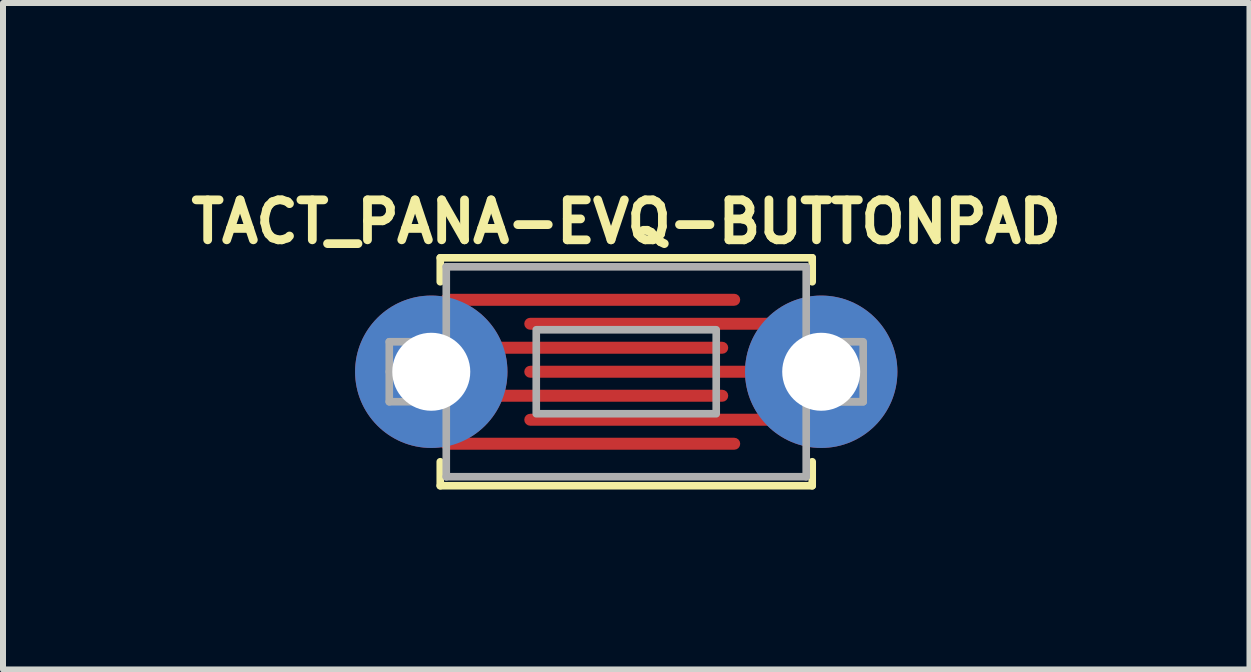
<source format=kicad_pcb>
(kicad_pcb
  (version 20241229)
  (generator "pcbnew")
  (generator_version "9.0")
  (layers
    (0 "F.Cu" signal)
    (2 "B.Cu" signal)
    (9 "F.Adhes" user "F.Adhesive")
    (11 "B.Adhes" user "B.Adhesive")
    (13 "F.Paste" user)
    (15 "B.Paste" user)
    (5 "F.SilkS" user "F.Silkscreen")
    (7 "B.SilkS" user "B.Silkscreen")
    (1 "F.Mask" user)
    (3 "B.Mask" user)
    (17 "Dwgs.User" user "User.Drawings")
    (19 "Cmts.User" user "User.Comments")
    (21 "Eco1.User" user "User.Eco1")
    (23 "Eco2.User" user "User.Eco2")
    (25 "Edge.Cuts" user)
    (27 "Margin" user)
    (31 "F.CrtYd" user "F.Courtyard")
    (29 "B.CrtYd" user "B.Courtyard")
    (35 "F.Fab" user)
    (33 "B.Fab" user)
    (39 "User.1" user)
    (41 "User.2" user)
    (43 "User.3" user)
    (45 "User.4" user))
  (footprint "TACT_PANA-EVQ-BUTTONPAD"
    (layer "F.Cu")
    (at 7.389 3.147)
    (property "Reference" "TACT_PANA-EVQ-BUTTONPAD" (at 0 -2.5 0) (layer "F.SilkS") (effects (font (size 0.666 0.666) (thickness 0.146))))
    (fp_rect (start -3 -1.75) (end 3 1.75) (stroke (width 0.12) (type solid)) (fill yes) (layer "F.Mask"))
    (fp_line (start -3.1 -1.9) (end 3.1 -1.9) (stroke (width 0.127) (type solid)) (layer "F.SilkS"))
    (fp_line (start -3.1 -1.5) (end -3.1 -1.9) (stroke (width 0.127) (type solid)) (layer "F.SilkS"))
    (fp_line (start -3.1 1.5) (end -3.1 1.9) (stroke (width 0.127) (type solid)) (layer "F.SilkS"))
    (fp_line (start -3.1 1.9) (end 3.1 1.9) (stroke (width 0.127) (type solid)) (layer "F.SilkS"))
    (fp_line (start 3.1 -1.9) (end 3.1 -1.5) (stroke (width 0.127) (type solid)) (layer "F.SilkS"))
    (fp_line (start 3.1 1.9) (end 3.1 1.5) (stroke (width 0.127) (type solid)) (layer "F.SilkS"))
    (fp_line (start -3.95 -0.5) (end -3 -0.5) (stroke (width 0.127) (type solid)) (layer "F.Fab"))
    (fp_line (start -3.95 0) (end -3.95 -0.5) (stroke (width 0.127) (type solid)) (layer "F.Fab"))
    (fp_line (start -3.95 0.5) (end -3.95 0) (stroke (width 0.127) (type solid)) (layer "F.Fab"))
    (fp_line (start -3 -1.75) (end 3 -1.75) (stroke (width 0.127) (type solid)) (layer "F.Fab"))
    (fp_line (start -3 -0.5) (end -3 -1.75) (stroke (width 0.127) (type solid)) (layer "F.Fab"))
    (fp_line (start -3 0.5) (end -3.95 0.5) (stroke (width 0.127) (type solid)) (layer "F.Fab"))
    (fp_line (start 3 -1.75) (end 3 -0.5) (stroke (width 0.127) (type solid)) (layer "F.Fab"))
    (fp_line (start 3 0.5) (end 3.95 0.5) (stroke (width 0.127) (type solid)) (layer "F.Fab"))
    (fp_line (start 3 1.75) (end -3 1.75) (stroke (width 0.127) (type solid)) (layer "F.Fab"))
    (fp_rect (start -3 -0.5) (end -3 1.75) (stroke (width 0.127) (type solid)) (fill no) (layer "F.Fab"))
    (fp_rect (start -1.5 -0.7) (end 1.5 0.7) (stroke (width 0.127) (type solid)) (fill no) (layer "F.Fab"))
    (fp_rect (start 3 -0.5) (end 3 1.75) (stroke (width 0.127) (type solid)) (fill no) (layer "F.Fab"))
    (fp_rect (start 3 -0.5) (end 3.95 0.5) (stroke (width 0.127) (type solid)) (fill no) (layer "F.Fab"))
    (pad "1" thru_hole circle (at -3.25 0) (size 2.54 2.54) (drill 1.3) (layers "*.Cu" "*.Mask"))
    (pad "1" smd roundrect (at -0.8 -0.4) (size 5 0.2) (layers "F.Cu" "F.Mask") (roundrect_rratio 0.5))
    (pad "1" smd roundrect (at -0.8 0.4) (size 5 0.2) (layers "F.Cu" "F.Mask") (roundrect_rratio 0.5))
    (pad "1" smd roundrect (at -0.6 -1.2) (size 5 0.2) (layers "F.Cu" "F.Mask") (roundrect_rratio 0.5))
    (pad "1" smd roundrect (at -0.6 1.2) (size 5 0.2) (layers "F.Cu" "F.Mask") (roundrect_rratio 0.5))
    (pad "2" smd roundrect (at 0.8 -0.8) (size 5 0.2) (layers "F.Cu" "F.Mask") (roundrect_rratio 0.5))
    (pad "2" smd roundrect (at 0.8 0) (size 5 0.2) (layers "F.Cu" "F.Mask") (roundrect_rratio 0.5))
    (pad "2" smd roundrect (at 0.8 0.8) (size 5 0.2) (layers "F.Cu" "F.Mask") (roundrect_rratio 0.5))
    (pad "2" thru_hole circle (at 3.25 0) (size 2.54 2.54) (drill 1.3) (layers "*.Cu" "*.Mask")))
  (gr_rect
    (start -3 -3)
    (end 17.778 8.11)
    (stroke (width 0.1) (type default))
    (fill no)
    (layer "Edge.Cuts")))
</source>
